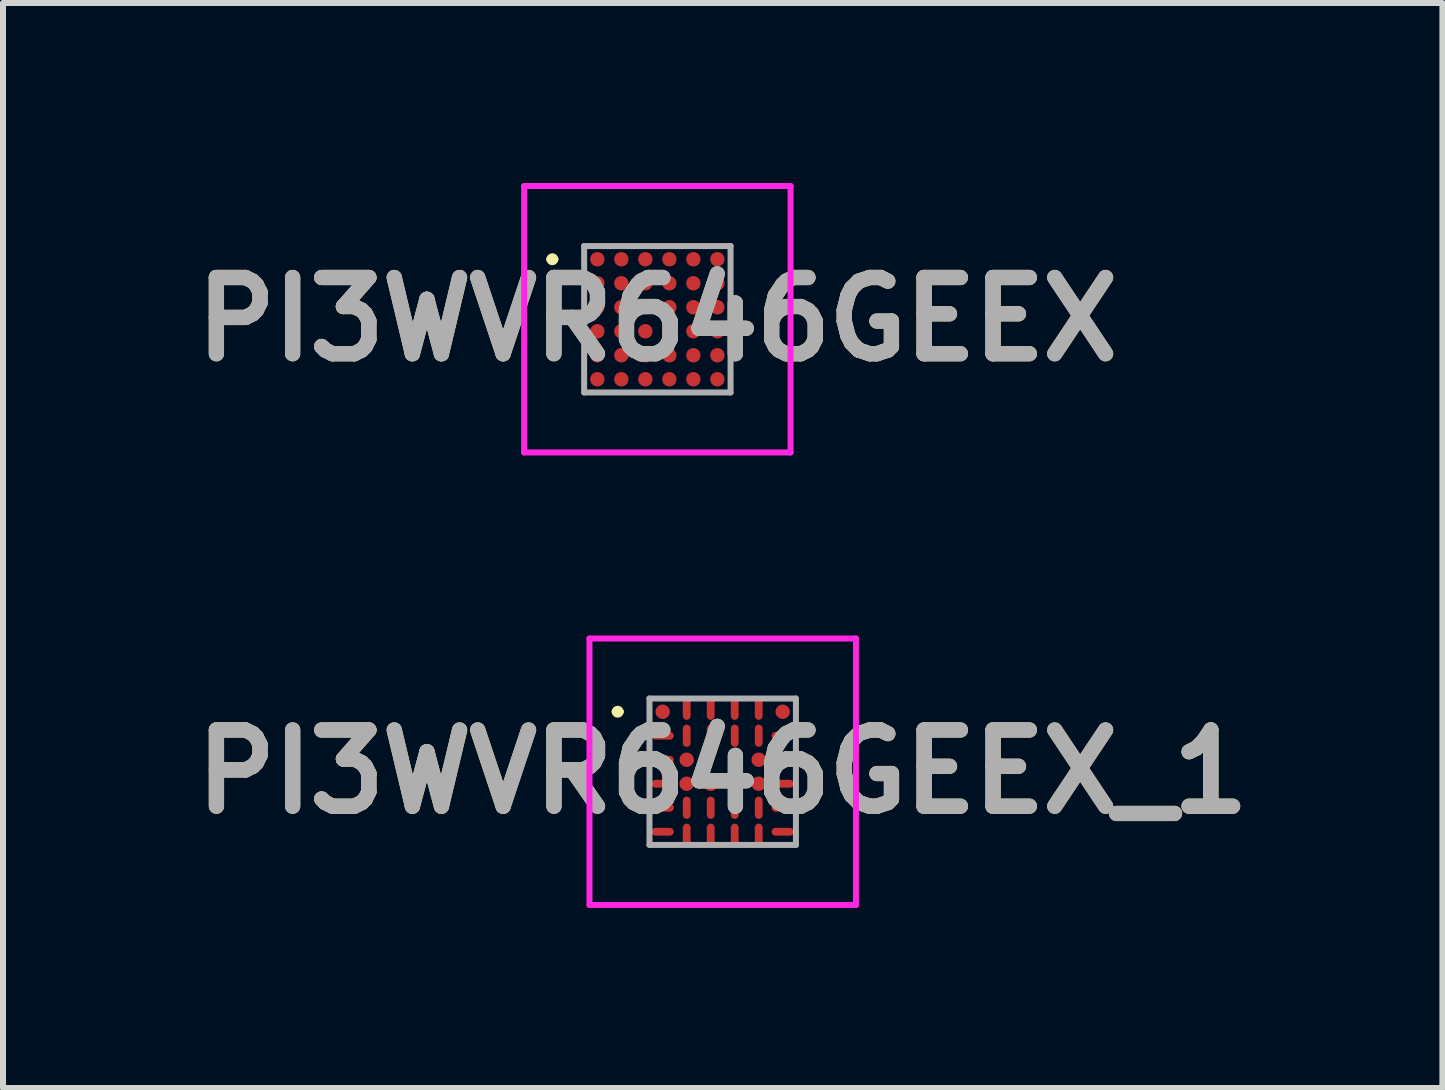
<source format=kicad_pcb>
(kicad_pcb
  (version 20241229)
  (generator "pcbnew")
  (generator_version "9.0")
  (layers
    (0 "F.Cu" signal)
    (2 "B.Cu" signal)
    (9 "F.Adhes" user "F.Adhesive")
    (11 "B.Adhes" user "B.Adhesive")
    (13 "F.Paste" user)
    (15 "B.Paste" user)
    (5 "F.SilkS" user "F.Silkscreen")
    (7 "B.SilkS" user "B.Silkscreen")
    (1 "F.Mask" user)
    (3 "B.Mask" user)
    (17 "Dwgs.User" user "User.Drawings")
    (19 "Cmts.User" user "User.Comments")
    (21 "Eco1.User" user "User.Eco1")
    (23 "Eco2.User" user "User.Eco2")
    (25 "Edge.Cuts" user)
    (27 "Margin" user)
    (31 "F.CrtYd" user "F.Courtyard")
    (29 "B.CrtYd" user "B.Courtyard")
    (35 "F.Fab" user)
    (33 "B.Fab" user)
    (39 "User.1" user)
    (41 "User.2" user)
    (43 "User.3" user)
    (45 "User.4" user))
  (footprint "PI3WVR646GEEX_1"
    (layer "F.Cu")
    (at 8.993 9.81)
    (property "Reference" "PI3WVR646GEEX_1" (at 0 0 0) (layer "F.SilkS") (effects (font (size 1.27 1.27) (thickness 0.254))))
    (attr smd)
    (fp_line (start -1.8 -1) (end -1.8 -1) (stroke (width 0.1) (type solid)) (layer "F.SilkS"))
    (fp_line (start -1.7 -1) (end -1.7 -1) (stroke (width 0.1) (type solid)) (layer "F.SilkS"))
    (fp_arc (start -1.8 -1) (mid -1.75 -1.05) (end -1.7 -1) (stroke (width 0.1) (type solid)) (layer "F.SilkS"))
    (fp_arc (start -1.7 -1) (mid -1.75 -0.95) (end -1.8 -1) (stroke (width 0.1) (type solid)) (layer "F.SilkS"))
    (fp_line (start -2.22 -2.22) (end 2.22 -2.22) (stroke (width 0.1) (type solid)) (layer "F.CrtYd"))
    (fp_line (start -2.22 2.22) (end -2.22 -2.22) (stroke (width 0.1) (type solid)) (layer "F.CrtYd"))
    (fp_line (start 2.22 -2.22) (end 2.22 2.22) (stroke (width 0.1) (type solid)) (layer "F.CrtYd"))
    (fp_line (start 2.22 2.22) (end -2.22 2.22) (stroke (width 0.1) (type solid)) (layer "F.CrtYd"))
    (fp_line (start -1.22 -1.22) (end -1.22 1.22) (stroke (width 0.1) (type solid)) (layer "F.Fab"))
    (fp_line (start -1.22 1.22) (end 1.22 1.22) (stroke (width 0.1) (type solid)) (layer "F.Fab"))
    (fp_line (start 1.22 -1.22) (end -1.22 -1.22) (stroke (width 0.1) (type solid)) (layer "F.Fab"))
    (fp_line (start 1.22 1.22) (end 1.22 -1.22) (stroke (width 0.1) (type solid)) (layer "F.Fab"))
    (fp_text user "${REFERENCE}" (at 0 0 0) (layer "F.Fab") (effects (font (size 1.27 1.27) (thickness 0.254))))
    (pad "A1" smd circle (at -1 -1 90) (size 0.24 0.24) (layers "F.Cu" "F.Mask" "F.Paste"))
    (pad "A2" smd oval (at -0.6 -1.05 90) (size 0.37 0.13) (layers "F.Cu" "F.Mask" "F.Paste"))
    (pad "A3" smd oval (at -0.2 -1.05 90) (size 0.37 0.13) (layers "F.Cu" "F.Mask" "F.Paste"))
    (pad "A4" smd oval (at 0.2 -1.05 90) (size 0.37 0.13) (layers "F.Cu" "F.Mask" "F.Paste"))
    (pad "A5" smd oval (at 0.6 -1.05 90) (size 0.37 0.13) (layers "F.Cu" "F.Mask" "F.Paste"))
    (pad "A6" smd circle (at 1 -1 90) (size 0.24 0.24) (layers "F.Cu" "F.Mask" "F.Paste"))
    (pad "B1" smd oval (at -1 -0.6 90) (size 0.13 0.37) (layers "F.Cu" "F.Mask" "F.Paste"))
    (pad "B2" smd oval (at -0.6 -0.6 90) (size 0.37 0.13) (layers "F.Cu" "F.Mask" "F.Paste"))
    (pad "B3" smd oval (at -0.2 -0.6 90) (size 0.37 0.13) (layers "F.Cu" "F.Mask" "F.Paste"))
    (pad "B4" smd oval (at 0.2 -0.6 90) (size 0.37 0.13) (layers "F.Cu" "F.Mask" "F.Paste"))
    (pad "B5" smd oval (at 0.6 -0.6 90) (size 0.37 0.13) (layers "F.Cu" "F.Mask" "F.Paste"))
    (pad "B6" smd oval (at 1 -0.6 90) (size 0.13 0.37) (layers "F.Cu" "F.Mask" "F.Paste"))
    (pad "C1" smd oval (at -1 -0.2 90) (size 0.13 0.37) (layers "F.Cu" "F.Mask" "F.Paste"))
    (pad "C2" smd circle (at -0.6 -0.2 90) (size 0.24 0.24) (layers "F.Cu" "F.Mask" "F.Paste"))
    (pad "C5" smd circle (at 0.6 -0.2 90) (size 0.24 0.24) (layers "F.Cu" "F.Mask" "F.Paste"))
    (pad "C6" smd oval (at 1 -0.2 90) (size 0.13 0.37) (layers "F.Cu" "F.Mask" "F.Paste"))
    (pad "D1" smd oval (at -1 0.2 90) (size 0.13 0.37) (layers "F.Cu" "F.Mask" "F.Paste"))
    (pad "D2" smd circle (at -0.6 0.2 90) (size 0.24 0.24) (layers "F.Cu" "F.Mask" "F.Paste"))
    (pad "D3" smd circle (at -0.2 0.2 90) (size 0.24 0.24) (layers "F.Cu" "F.Mask" "F.Paste"))
    (pad "D4" smd circle (at 0.2 0.2 90) (size 0.24 0.24) (layers "F.Cu" "F.Mask" "F.Paste"))
    (pad "D5" smd circle (at 0.6 0.2 90) (size 0.24 0.24) (layers "F.Cu" "F.Mask" "F.Paste"))
    (pad "D6" smd oval (at 1 0.2 90) (size 0.13 0.37) (layers "F.Cu" "F.Mask" "F.Paste"))
    (pad "E1" smd oval (at -1 0.6 90) (size 0.13 0.37) (layers "F.Cu" "F.Mask" "F.Paste"))
    (pad "E2" smd oval (at -0.6 0.6 90) (size 0.37 0.13) (layers "F.Cu" "F.Mask" "F.Paste"))
    (pad "E3" smd oval (at -0.2 0.6 90) (size 0.37 0.13) (layers "F.Cu" "F.Mask" "F.Paste"))
    (pad "E4" smd oval (at 0.2 0.6 90) (size 0.37 0.13) (layers "F.Cu" "F.Mask" "F.Paste"))
    (pad "E5" smd oval (at 0.6 0.6 90) (size 0.37 0.13) (layers "F.Cu" "F.Mask" "F.Paste"))
    (pad "E6" smd oval (at 1 0.6 90) (size 0.13 0.37) (layers "F.Cu" "F.Mask" "F.Paste"))
    (pad "F1" smd oval (at -1 1 90) (size 0.13 0.37) (layers "F.Cu" "F.Mask" "F.Paste"))
    (pad "F2" smd oval (at -0.6 1.05 90) (size 0.37 0.13) (layers "F.Cu" "F.Mask" "F.Paste"))
    (pad "F3" smd oval (at -0.2 1.05 90) (size 0.37 0.13) (layers "F.Cu" "F.Mask" "F.Paste"))
    (pad "F4" smd oval (at 0.2 1.05 90) (size 0.37 0.13) (layers "F.Cu" "F.Mask" "F.Paste"))
    (pad "F5" smd oval (at 0.6 1.05 90) (size 0.37 0.13) (layers "F.Cu" "F.Mask" "F.Paste"))
    (pad "F6" smd oval (at 1 1 90) (size 0.13 0.37) (layers "F.Cu" "F.Mask" "F.Paste")))
  (footprint "PI3WVR646GEEX"
    (layer "F.Cu")
    (at 7.904 2.27)
    (property "Reference" "PI3WVR646GEEX" (at 0 0 0) (layer "F.SilkS") (effects (font (size 1.27 1.27) (thickness 0.254))))
    (attr smd)
    (fp_line (start -1.8 -1) (end -1.8 -1) (stroke (width 0.1) (type solid)) (layer "F.SilkS"))
    (fp_line (start -1.7 -1) (end -1.7 -1) (stroke (width 0.1) (type solid)) (layer "F.SilkS"))
    (fp_arc (start -1.8 -1) (mid -1.75 -1.05) (end -1.7 -1) (stroke (width 0.1) (type solid)) (layer "F.SilkS"))
    (fp_arc (start -1.7 -1) (mid -1.75 -0.95) (end -1.8 -1) (stroke (width 0.1) (type solid)) (layer "F.SilkS"))
    (fp_line (start -2.22 -2.22) (end 2.22 -2.22) (stroke (width 0.1) (type solid)) (layer "F.CrtYd"))
    (fp_line (start -2.22 2.22) (end -2.22 -2.22) (stroke (width 0.1) (type solid)) (layer "F.CrtYd"))
    (fp_line (start 2.22 -2.22) (end 2.22 2.22) (stroke (width 0.1) (type solid)) (layer "F.CrtYd"))
    (fp_line (start 2.22 2.22) (end -2.22 2.22) (stroke (width 0.1) (type solid)) (layer "F.CrtYd"))
    (fp_line (start -1.22 -1.22) (end -1.22 1.22) (stroke (width 0.1) (type solid)) (layer "F.Fab"))
    (fp_line (start -1.22 1.22) (end 1.22 1.22) (stroke (width 0.1) (type solid)) (layer "F.Fab"))
    (fp_line (start 1.22 -1.22) (end -1.22 -1.22) (stroke (width 0.1) (type solid)) (layer "F.Fab"))
    (fp_line (start 1.22 1.22) (end 1.22 -1.22) (stroke (width 0.1) (type solid)) (layer "F.Fab"))
    (fp_text user "${REFERENCE}" (at 0 0 0) (layer "F.Fab") (effects (font (size 1.27 1.27) (thickness 0.254))))
    (pad "A1" smd circle (at -1 -1 90) (size 0.24 0.24) (layers "F.Cu" "F.Mask" "F.Paste"))
    (pad "A2" smd circle (at -0.6 -1 90) (size 0.24 0.24) (layers "F.Cu" "F.Mask" "F.Paste"))
    (pad "A3" smd circle (at -0.2 -1 90) (size 0.24 0.24) (layers "F.Cu" "F.Mask" "F.Paste"))
    (pad "A4" smd circle (at 0.2 -1 90) (size 0.24 0.24) (layers "F.Cu" "F.Mask" "F.Paste"))
    (pad "A5" smd circle (at 0.6 -1 90) (size 0.24 0.24) (layers "F.Cu" "F.Mask" "F.Paste"))
    (pad "A6" smd circle (at 1 -1 90) (size 0.24 0.24) (layers "F.Cu" "F.Mask" "F.Paste"))
    (pad "B1" smd circle (at -1 -0.6 90) (size 0.24 0.24) (layers "F.Cu" "F.Mask" "F.Paste"))
    (pad "B2" smd circle (at -0.6 -0.6 90) (size 0.24 0.24) (layers "F.Cu" "F.Mask" "F.Paste"))
    (pad "B3" smd circle (at -0.2 -0.6 90) (size 0.24 0.24) (layers "F.Cu" "F.Mask" "F.Paste"))
    (pad "B4" smd circle (at 0.2 -0.6 90) (size 0.24 0.24) (layers "F.Cu" "F.Mask" "F.Paste"))
    (pad "B5" smd circle (at 0.6 -0.6 90) (size 0.24 0.24) (layers "F.Cu" "F.Mask" "F.Paste"))
    (pad "B6" smd circle (at 1 -0.6 90) (size 0.24 0.24) (layers "F.Cu" "F.Mask" "F.Paste"))
    (pad "C1" smd circle (at -1 -0.2 90) (size 0.24 0.24) (layers "F.Cu" "F.Mask" "F.Paste"))
    (pad "C2" smd circle (at -0.6 -0.2 90) (size 0.24 0.24) (layers "F.Cu" "F.Mask" "F.Paste"))
    (pad "C3" smd circle (at -0.2 -0.2 90) (size 0.24 0.24) (layers "F.Cu" "F.Mask" "F.Paste"))
    (pad "C4" smd circle (at 0.2 -0.2 90) (size 0.24 0.24) (layers "F.Cu" "F.Mask" "F.Paste"))
    (pad "C5" smd circle (at 0.6 -0.2 90) (size 0.24 0.24) (layers "F.Cu" "F.Mask" "F.Paste"))
    (pad "C6" smd circle (at 1 -0.2 90) (size 0.24 0.24) (layers "F.Cu" "F.Mask" "F.Paste"))
    (pad "D1" smd circle (at -1 0.2 90) (size 0.24 0.24) (layers "F.Cu" "F.Mask" "F.Paste"))
    (pad "D2" smd circle (at -0.6 0.2 90) (size 0.24 0.24) (layers "F.Cu" "F.Mask" "F.Paste"))
    (pad "D3" smd circle (at -0.2 0.2 90) (size 0.24 0.24) (layers "F.Cu" "F.Mask" "F.Paste"))
    (pad "D4" smd circle (at 0.2 0.2 90) (size 0.24 0.24) (layers "F.Cu" "F.Mask" "F.Paste"))
    (pad "D5" smd circle (at 0.6 0.2 90) (size 0.24 0.24) (layers "F.Cu" "F.Mask" "F.Paste"))
    (pad "D6" smd circle (at 1 0.2 90) (size 0.24 0.24) (layers "F.Cu" "F.Mask" "F.Paste"))
    (pad "E1" smd circle (at -1 0.6 90) (size 0.24 0.24) (layers "F.Cu" "F.Mask" "F.Paste"))
    (pad "E2" smd circle (at -0.6 0.6 90) (size 0.24 0.24) (layers "F.Cu" "F.Mask" "F.Paste"))
    (pad "E3" smd circle (at -0.2 0.6 90) (size 0.24 0.24) (layers "F.Cu" "F.Mask" "F.Paste"))
    (pad "E4" smd circle (at 0.2 0.6 90) (size 0.24 0.24) (layers "F.Cu" "F.Mask" "F.Paste"))
    (pad "E5" smd circle (at 0.6 0.6 90) (size 0.24 0.24) (layers "F.Cu" "F.Mask" "F.Paste"))
    (pad "E6" smd circle (at 1 0.6 90) (size 0.24 0.24) (layers "F.Cu" "F.Mask" "F.Paste"))
    (pad "F1" smd circle (at -1 1 90) (size 0.24 0.24) (layers "F.Cu" "F.Mask" "F.Paste"))
    (pad "F2" smd circle (at -0.6 1 90) (size 0.24 0.24) (layers "F.Cu" "F.Mask" "F.Paste"))
    (pad "F3" smd circle (at -0.2 1 90) (size 0.24 0.24) (layers "F.Cu" "F.Mask" "F.Paste"))
    (pad "F4" smd circle (at 0.2 1 90) (size 0.24 0.24) (layers "F.Cu" "F.Mask" "F.Paste"))
    (pad "F5" smd circle (at 0.6 1 90) (size 0.24 0.24) (layers "F.Cu" "F.Mask" "F.Paste"))
    (pad "F6" smd circle (at 1 1 90) (size 0.24 0.24) (layers "F.Cu" "F.Mask" "F.Paste")))
  (gr_rect
    (start -3 -3)
    (end 20.986 15.08)
    (stroke (width 0.1) (type default))
    (fill no)
    (layer "Edge.Cuts")))
</source>
